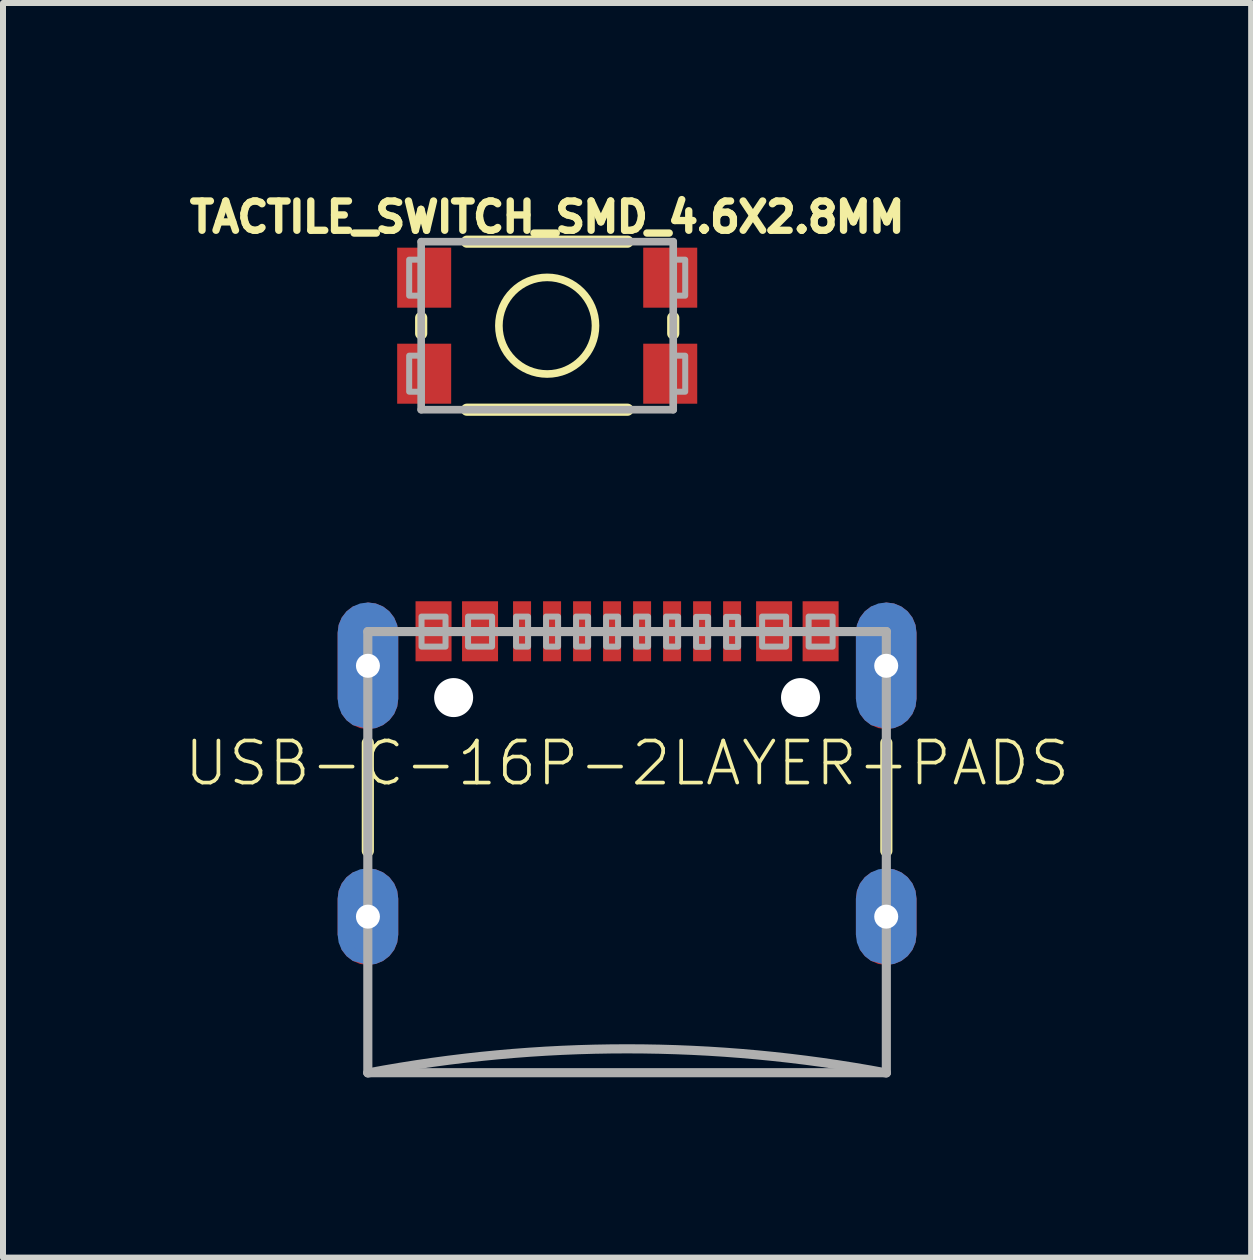
<source format=kicad_pcb>
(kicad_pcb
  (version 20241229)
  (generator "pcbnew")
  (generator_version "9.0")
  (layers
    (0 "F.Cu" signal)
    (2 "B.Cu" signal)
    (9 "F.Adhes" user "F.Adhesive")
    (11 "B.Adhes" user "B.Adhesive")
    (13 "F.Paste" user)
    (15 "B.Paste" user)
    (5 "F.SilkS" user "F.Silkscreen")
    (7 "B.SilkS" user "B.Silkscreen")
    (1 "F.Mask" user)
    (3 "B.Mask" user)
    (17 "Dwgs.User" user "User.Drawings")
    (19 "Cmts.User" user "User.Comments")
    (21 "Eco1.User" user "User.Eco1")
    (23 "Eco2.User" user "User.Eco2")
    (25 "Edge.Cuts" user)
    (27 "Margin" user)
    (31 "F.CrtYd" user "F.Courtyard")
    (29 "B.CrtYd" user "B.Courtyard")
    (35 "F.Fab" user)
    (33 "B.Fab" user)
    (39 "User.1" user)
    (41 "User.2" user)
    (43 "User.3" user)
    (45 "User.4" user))
  (footprint "USB-C-16P-2LAYER-PADS"
    (layer "F.Cu")
    (at 7.399 7.129)
    (property "Reference" "USB-C-16P-2LAYER-PADS" (at 0 2.54 0) (layer "F.SilkS") (effects (font (size 0.701 0.701) (thickness 0.061))))
    (fp_poly (pts (xy -4.187 -0.123) (xy -4.065 -0.072) (xy -3.961 0.008) (xy -3.881 0.112) (xy -3.83 0.234) (xy -3.813 0.365) (xy -3.813 1.465) (xy -3.83 1.596) (xy -3.881 1.718) (xy -3.961 1.822) (xy -4.065 1.902) (xy -4.187 1.953) (xy -4.318 1.97) (xy -4.449 1.953) (xy -4.571 1.902) (xy -4.675 1.822) (xy -4.756 1.717) (xy -4.823 1.466) (xy -4.823 0.365) (xy -4.806 0.234) (xy -4.755 0.112) (xy -4.675 0.008) (xy -4.57 -0.073) (xy -4.318 -0.14)) (stroke (width 0) (type solid)) (fill yes) (layer "F.Cu"))
    (fp_poly (pts (xy -4.187 4.307) (xy -4.065 4.358) (xy -3.961 4.438) (xy -3.881 4.542) (xy -3.83 4.664) (xy -3.813 4.795) (xy -3.813 5.395) (xy -3.83 5.526) (xy -3.881 5.648) (xy -3.961 5.752) (xy -4.065 5.832) (xy -4.187 5.883) (xy -4.318 5.9) (xy -4.449 5.883) (xy -4.571 5.832) (xy -4.675 5.752) (xy -4.756 5.647) (xy -4.823 5.396) (xy -4.823 4.795) (xy -4.806 4.664) (xy -4.755 4.542) (xy -4.675 4.438) (xy -4.57 4.357) (xy -4.318 4.29)) (stroke (width 0) (type solid)) (fill yes) (layer "F.Cu"))
    (fp_poly (pts (xy 4.449 -0.123) (xy 4.571 -0.072) (xy 4.675 0.008) (xy 4.755 0.112) (xy 4.806 0.234) (xy 4.823 0.365) (xy 4.823 1.465) (xy 4.806 1.596) (xy 4.755 1.718) (xy 4.675 1.822) (xy 4.571 1.902) (xy 4.449 1.953) (xy 4.318 1.97) (xy 4.187 1.953) (xy 4.065 1.902) (xy 3.961 1.822) (xy 3.88 1.717) (xy 3.813 1.466) (xy 3.813 0.365) (xy 3.83 0.234) (xy 3.881 0.112) (xy 3.961 0.008) (xy 4.066 -0.073) (xy 4.318 -0.14)) (stroke (width 0) (type solid)) (fill yes) (layer "F.Cu"))
    (fp_poly (pts (xy 4.449 4.307) (xy 4.571 4.358) (xy 4.675 4.438) (xy 4.755 4.542) (xy 4.806 4.664) (xy 4.823 4.795) (xy 4.823 5.395) (xy 4.806 5.526) (xy 4.755 5.648) (xy 4.675 5.752) (xy 4.571 5.832) (xy 4.449 5.883) (xy 4.318 5.9) (xy 4.187 5.883) (xy 4.065 5.832) (xy 3.961 5.752) (xy 3.88 5.647) (xy 3.813 5.396) (xy 3.813 4.795) (xy 3.83 4.664) (xy 3.881 4.542) (xy 3.961 4.438) (xy 4.066 4.357) (xy 4.318 4.29)) (stroke (width 0) (type solid)) (fill yes) (layer "F.Cu"))
    (fp_poly (pts (xy -4.169 -0.226) (xy -4.026 -0.173) (xy -3.902 -0.085) (xy -3.804 0.032) (xy -3.741 0.17) (xy -3.715 0.32) (xy -3.715 1.52) (xy -3.742 1.669) (xy -3.806 1.805) (xy -3.904 1.92) (xy -4.028 2.007) (xy -4.17 2.058) (xy -4.32 2.07) (xy -4.47 2.058) (xy -4.612 2.007) (xy -4.736 1.92) (xy -4.834 1.805) (xy -4.925 1.521) (xy -4.925 0.32) (xy -4.899 0.17) (xy -4.836 0.032) (xy -4.738 -0.085) (xy -4.614 -0.174) (xy -4.32 -0.24)) (stroke (width 0) (type solid)) (fill yes) (layer "F.Mask"))
    (fp_poly (pts (xy -4.163 4.211) (xy -4.017 4.273) (xy -3.891 4.37) (xy -3.795 4.496) (xy -3.735 4.643) (xy -3.715 4.8) (xy -3.715 5.4) (xy -3.736 5.556) (xy -3.797 5.701) (xy -3.893 5.825) (xy -4.018 5.921) (xy -4.164 5.98) (xy -4.32 6) (xy -4.476 5.98) (xy -4.622 5.921) (xy -4.747 5.825) (xy -4.843 5.701) (xy -4.925 5.401) (xy -4.925 4.8) (xy -4.905 4.643) (xy -4.845 4.496) (xy -4.749 4.37) (xy -4.623 4.272) (xy -4.32 4.19)) (stroke (width 0) (type solid)) (fill yes) (layer "F.Mask"))
    (fp_poly (pts (xy 4.471 -0.226) (xy 4.614 -0.173) (xy 4.738 -0.085) (xy 4.836 0.032) (xy 4.899 0.17) (xy 4.925 0.32) (xy 4.925 1.52) (xy 4.898 1.669) (xy 4.834 1.805) (xy 4.736 1.92) (xy 4.612 2.007) (xy 4.47 2.058) (xy 4.32 2.07) (xy 4.17 2.058) (xy 4.028 2.007) (xy 3.904 1.92) (xy 3.806 1.805) (xy 3.715 1.521) (xy 3.715 0.32) (xy 3.741 0.17) (xy 3.804 0.032) (xy 3.902 -0.085) (xy 4.026 -0.174) (xy 4.32 -0.24)) (stroke (width 0) (type solid)) (fill yes) (layer "F.Mask"))
    (fp_poly (pts (xy 4.477 4.211) (xy 4.623 4.273) (xy 4.749 4.37) (xy 4.845 4.496) (xy 4.905 4.643) (xy 4.925 4.8) (xy 4.925 5.4) (xy 4.904 5.556) (xy 4.843 5.701) (xy 4.747 5.825) (xy 4.622 5.921) (xy 4.476 5.98) (xy 4.32 6) (xy 4.164 5.98) (xy 4.018 5.921) (xy 3.893 5.825) (xy 3.797 5.701) (xy 3.715 5.401) (xy 3.715 4.8) (xy 3.735 4.643) (xy 3.795 4.496) (xy 3.891 4.37) (xy 4.017 4.272) (xy 4.32 4.19)) (stroke (width 0) (type solid)) (fill yes) (layer "F.Mask"))
    (fp_poly (pts (xy -4.187 -0.123) (xy -4.065 -0.072) (xy -3.961 0.008) (xy -3.881 0.112) (xy -3.83 0.234) (xy -3.813 0.365) (xy -3.813 1.465) (xy -3.83 1.596) (xy -3.881 1.718) (xy -3.961 1.822) (xy -4.065 1.902) (xy -4.187 1.953) (xy -4.318 1.97) (xy -4.57 1.903) (xy -4.675 1.822) (xy -4.755 1.718) (xy -4.806 1.596) (xy -4.823 1.465) (xy -4.823 0.365) (xy -4.806 0.234) (xy -4.755 0.112) (xy -4.675 0.008) (xy -4.571 -0.072) (xy -4.449 -0.123) (xy -4.318 -0.14)) (stroke (width 0) (type solid)) (fill yes) (layer "B.Cu"))
    (fp_poly (pts (xy -4.187 4.307) (xy -4.065 4.358) (xy -3.961 4.438) (xy -3.881 4.542) (xy -3.83 4.664) (xy -3.813 4.795) (xy -3.813 5.395) (xy -3.83 5.526) (xy -3.881 5.648) (xy -3.961 5.752) (xy -4.065 5.832) (xy -4.187 5.883) (xy -4.318 5.9) (xy -4.57 5.833) (xy -4.675 5.752) (xy -4.755 5.648) (xy -4.806 5.526) (xy -4.823 5.395) (xy -4.823 4.795) (xy -4.806 4.664) (xy -4.755 4.542) (xy -4.675 4.438) (xy -4.571 4.358) (xy -4.449 4.307) (xy -4.318 4.29)) (stroke (width 0) (type solid)) (fill yes) (layer "B.Cu"))
    (fp_poly (pts (xy 4.449 -0.123) (xy 4.571 -0.072) (xy 4.675 0.008) (xy 4.755 0.112) (xy 4.806 0.234) (xy 4.823 0.365) (xy 4.823 1.465) (xy 4.806 1.596) (xy 4.755 1.718) (xy 4.675 1.822) (xy 4.571 1.902) (xy 4.449 1.953) (xy 4.318 1.97) (xy 4.066 1.903) (xy 3.961 1.822) (xy 3.881 1.718) (xy 3.83 1.596) (xy 3.813 1.465) (xy 3.813 0.365) (xy 3.83 0.234) (xy 3.881 0.112) (xy 3.961 0.008) (xy 4.065 -0.072) (xy 4.187 -0.123) (xy 4.318 -0.14)) (stroke (width 0) (type solid)) (fill yes) (layer "B.Cu"))
    (fp_poly (pts (xy 4.449 4.307) (xy 4.571 4.358) (xy 4.675 4.438) (xy 4.755 4.542) (xy 4.806 4.664) (xy 4.823 4.795) (xy 4.823 5.395) (xy 4.806 5.526) (xy 4.755 5.648) (xy 4.675 5.752) (xy 4.571 5.832) (xy 4.449 5.883) (xy 4.318 5.9) (xy 4.066 5.833) (xy 3.961 5.752) (xy 3.881 5.648) (xy 3.83 5.526) (xy 3.813 5.395) (xy 3.813 4.795) (xy 3.83 4.664) (xy 3.881 4.542) (xy 3.961 4.438) (xy 4.065 4.358) (xy 4.187 4.307) (xy 4.318 4.29)) (stroke (width 0) (type solid)) (fill yes) (layer "B.Cu"))
    (fp_line (start -4.32 2.2) (end -4.32 4) (stroke (width 0.203) (type solid)) (layer "F.SilkS"))
    (fp_line (start 4.32 2.2) (end 4.32 4) (stroke (width 0.203) (type solid)) (layer "F.SilkS"))
    (fp_poly (pts (xy -4.219 -0.146) (xy -4.094 -0.103) (xy -3.984 -0.029) (xy -3.898 0.071) (xy -3.84 0.19) (xy -3.815 0.32) (xy -3.815 1.521) (xy -3.854 1.668) (xy -3.937 1.796) (xy -4.056 1.892) (xy -4.35 1.955) (xy -4.491 1.939) (xy -4.621 1.88) (xy -4.727 1.784) (xy -4.825 1.521) (xy -4.825 0.32) (xy -4.802 0.173) (xy -4.734 0.041) (xy -4.629 -0.065) (xy -4.351 -0.155)) (stroke (width 0) (type solid)) (fill yes) (layer "F.Paste"))
    (fp_poly (pts (xy -4.147 4.322) (xy -4.011 4.395) (xy -3.903 4.507) (xy -3.815 4.799) (xy -3.815 5.4) (xy -3.836 5.553) (xy -3.904 5.693) (xy -4.011 5.805) (xy -4.299 5.905) (xy -4.434 5.89) (xy -4.559 5.841) (xy -4.667 5.761) (xy -4.751 5.656) (xy -4.825 5.401) (xy -4.825 4.8) (xy -4.805 4.667) (xy -4.751 4.544) (xy -4.667 4.439) (xy -4.559 4.359) (xy -4.3 4.295)) (stroke (width 0) (type solid)) (fill yes) (layer "F.Paste"))
    (fp_poly (pts (xy 4.43 -0.145) (xy 4.553 -0.101) (xy 4.661 -0.026) (xy 4.745 0.073) (xy 4.801 0.191) (xy 4.825 0.32) (xy 4.825 1.521) (xy 4.787 1.667) (xy 4.707 1.794) (xy 4.59 1.89) (xy 4.3 1.955) (xy 4.164 1.949) (xy 4.035 1.902) (xy 3.927 1.816) (xy 3.815 1.571) (xy 3.815 0.37) (xy 3.827 0.239) (xy 3.873 0.115) (xy 3.949 0.007) (xy 4.05 -0.077) (xy 4.299 -0.155)) (stroke (width 0) (type solid)) (fill yes) (layer "F.Paste"))
    (fp_poly (pts (xy 4.434 4.31) (xy 4.559 4.359) (xy 4.667 4.439) (xy 4.751 4.544) (xy 4.805 4.667) (xy 4.825 4.8) (xy 4.825 5.4) (xy 4.806 5.552) (xy 4.74 5.691) (xy 4.635 5.803) (xy 4.351 5.905) (xy 4.221 5.899) (xy 4.097 5.859) (xy 3.989 5.789) (xy 3.901 5.692) (xy 3.815 5.451) (xy 3.815 4.85) (xy 3.824 4.715) (xy 3.867 4.586) (xy 3.942 4.472) (xy 4.045 4.382) (xy 4.299 4.295)) (stroke (width 0) (type solid)) (fill yes) (layer "F.Paste"))
    (fp_line (start -4.32 0.345) (end -4.32 1.965) (stroke (width 0.01) (type solid)) (layer "F.Fab"))
    (fp_line (start -4.32 0.345) (end 4.32 0.345) (stroke (width 0.152) (type solid)) (layer "F.Fab"))
    (fp_line (start -4.32 4.295) (end -4.32 5.895) (stroke (width 0.01) (type solid)) (layer "F.Fab"))
    (fp_line (start -4.32 7.695) (end -4.32 0.345) (stroke (width 0.152) (type solid)) (layer "F.Fab"))
    (fp_line (start -4.32 7.695) (end 4.32 7.695) (stroke (width 0.152) (type solid)) (layer "F.Fab"))
    (fp_line (start 4.32 0.345) (end 4.32 1.965) (stroke (width 0.01) (type solid)) (layer "F.Fab"))
    (fp_line (start 4.32 0.345) (end 4.32 7.695) (stroke (width 0.152) (type solid)) (layer "F.Fab"))
    (fp_line (start 4.32 4.295) (end 4.32 5.895) (stroke (width 0.01) (type solid)) (layer "F.Fab"))
    (fp_arc (start -4.32 7.7) (mid 0 7.297675) (end 4.32 7.7) (stroke (width 0.1524) (type solid)) (layer "F.Fab"))
    (fp_poly (pts (xy -3.425 0.595) (xy -3.025 0.595) (xy -3.025 0.095) (xy -3.425 0.095)) (stroke (width 0.1) (type solid)) (fill no) (layer "F.Fab"))
    (fp_poly (pts (xy -2.65 0.595) (xy -2.25 0.595) (xy -2.25 0.095) (xy -2.65 0.095)) (stroke (width 0.1) (type solid)) (fill no) (layer "F.Fab"))
    (fp_poly (pts (xy -1.85 0.595) (xy -1.65 0.595) (xy -1.65 0.095) (xy -1.85 0.095)) (stroke (width 0.1) (type solid)) (fill no) (layer "F.Fab"))
    (fp_poly (pts (xy -1.35 0.595) (xy -1.15 0.595) (xy -1.15 0.095) (xy -1.35 0.095)) (stroke (width 0.1) (type solid)) (fill no) (layer "F.Fab"))
    (fp_poly (pts (xy -0.85 0.595) (xy -0.65 0.595) (xy -0.65 0.095) (xy -0.85 0.095)) (stroke (width 0.1) (type solid)) (fill no) (layer "F.Fab"))
    (fp_poly (pts (xy -0.35 0.595) (xy -0.15 0.595) (xy -0.15 0.095) (xy -0.35 0.095)) (stroke (width 0.1) (type solid)) (fill no) (layer "F.Fab"))
    (fp_poly (pts (xy 0.15 0.595) (xy 0.35 0.595) (xy 0.35 0.095) (xy 0.15 0.095)) (stroke (width 0.1) (type solid)) (fill no) (layer "F.Fab"))
    (fp_poly (pts (xy 0.65 0.595) (xy 0.85 0.595) (xy 0.85 0.095) (xy 0.65 0.095)) (stroke (width 0.1) (type solid)) (fill no) (layer "F.Fab"))
    (fp_poly (pts (xy 1.15 0.6) (xy 1.35 0.6) (xy 1.35 0.1) (xy 1.15 0.1)) (stroke (width 0.1) (type solid)) (fill no) (layer "F.Fab"))
    (fp_poly (pts (xy 1.65 0.6) (xy 1.85 0.6) (xy 1.85 0.1) (xy 1.65 0.1)) (stroke (width 0.1) (type solid)) (fill no) (layer "F.Fab"))
    (fp_poly (pts (xy 2.25 0.595) (xy 2.65 0.595) (xy 2.65 0.095) (xy 2.25 0.095)) (stroke (width 0.1) (type solid)) (fill no) (layer "F.Fab"))
    (fp_poly (pts (xy 3.025 0.595) (xy 3.425 0.595) (xy 3.425 0.095) (xy 3.025 0.095)) (stroke (width 0.1) (type solid)) (fill no) (layer "F.Fab"))
    (pad "" np_thru_hole circle (at -2.89 1.445) (size 0.65 0.65) (drill 0.65) (layers "*.Cu" "*.Mask"))
    (pad "" np_thru_hole circle (at 2.89 1.445) (size 0.65 0.65) (drill 0.65) (layers "*.Cu" "*.Mask"))
    (pad "A5" smd rect (at -1.25 0.34 180) (size 0.3 1) (layers "F.Cu" "F.Mask" "F.Paste"))
    (pad "A6" smd rect (at -0.25 0.34 180) (size 0.3 1) (layers "F.Cu" "F.Mask" "F.Paste"))
    (pad "A7" smd rect (at 0.25 0.34) (size 0.3 1) (layers "F.Cu" "F.Mask" "F.Paste"))
    (pad "A8" smd rect (at 1.25 0.34) (size 0.3 1) (layers "F.Cu" "F.Mask" "F.Paste"))
    (pad "B5" smd rect (at 1.75 0.34) (size 0.3 1) (layers "F.Cu" "F.Mask" "F.Paste"))
    (pad "B6" smd rect (at 0.75 0.34) (size 0.3 1) (layers "F.Cu" "F.Mask" "F.Paste"))
    (pad "B7" smd rect (at -0.75 0.34 180) (size 0.3 1) (layers "F.Cu" "F.Mask" "F.Paste"))
    (pad "B8" smd rect (at -1.75 0.34 180) (size 0.3 1) (layers "F.Cu" "F.Mask" "F.Paste"))
    (pad "GND" smd rect (at -3.225 0.34 180) (size 0.6 1) (layers "F.Cu" "F.Mask" "F.Paste"))
    (pad "GND2" smd rect (at 3.225 0.34) (size 0.6 1) (layers "F.Cu" "F.Mask" "F.Paste"))
    (pad "SHLD1" thru_hole oval (at -4.318 0.915 90) (size 1.2 0.6) (drill 0.4) (layers "*.Cu"))
    (pad "SHLD2" thru_hole oval (at 4.318 0.915 90) (size 1.2 0.6) (drill 0.4) (layers "*.Cu"))
    (pad "SHLD3" thru_hole oval (at -4.318 5.095 90) (size 1.2 0.6) (drill 0.4) (layers "*.Cu"))
    (pad "SHLD4" thru_hole oval (at 4.318 5.095 90) (size 1.2 0.6) (drill 0.4) (layers "*.Cu"))
    (pad "VBUS1" smd rect (at -2.45 0.34 180) (size 0.6 1) (layers "F.Cu" "F.Mask" "F.Paste"))
    (pad "VBUS2" smd rect (at 2.45 0.34) (size 0.6 1) (layers "F.Cu" "F.Mask" "F.Paste")))
  (footprint "TACTILE_SWITCH_SMD_4.6X2.8MM"
    (layer "F.Cu")
    (at 6.068 2.377)
    (property "Reference" "TACTILE_SWITCH_SMD_4.6X2.8MM" (at 0 -1.524 0) (layer "F.SilkS") (effects (font (size 0.488 0.488) (thickness 0.122)) (justify bottom)))
    (fp_line (start -2.1 -0.13) (end -2.1 0.13) (stroke (width 0.203) (type solid)) (layer "F.SilkS"))
    (fp_line (start -1.338 -1.4) (end 1.338 -1.4) (stroke (width 0.203) (type solid)) (layer "F.SilkS"))
    (fp_line (start 1.338 1.4) (end -1.338 1.4) (stroke (width 0.203) (type solid)) (layer "F.SilkS"))
    (fp_line (start 2.1 0.13) (end 2.1 -0.13) (stroke (width 0.203) (type solid)) (layer "F.SilkS"))
    (fp_circle (center 0 0) (end 0.805 0) (stroke (width 0.127) (type solid)) (fill no) (layer "F.SilkS"))
    (fp_line (start -2.1 -1.4) (end -2.1 1.4) (stroke (width 0.127) (type solid)) (layer "F.Fab"))
    (fp_line (start -2.1 -1.4) (end 2.1 -1.4) (stroke (width 0.127) (type solid)) (layer "F.Fab"))
    (fp_line (start -2.1 1.4) (end 2.1 1.4) (stroke (width 0.127) (type solid)) (layer "F.Fab"))
    (fp_line (start 2.1 1.4) (end 2.1 -1.4) (stroke (width 0.127) (type solid)) (layer "F.Fab"))
    (fp_poly (pts (xy -2.3 -0.5) (xy -2.1 -0.5) (xy -2.1 -1.1) (xy -2.3 -1.1)) (stroke (width 0.1) (type solid)) (fill no) (layer "F.Fab"))
    (fp_poly (pts (xy -2.3 1.1) (xy -2.1 1.1) (xy -2.1 0.5) (xy -2.3 0.5)) (stroke (width 0.1) (type solid)) (fill no) (layer "F.Fab"))
    (fp_poly (pts (xy 2.3 -1.1) (xy 2.1 -1.1) (xy 2.1 -0.5) (xy 2.3 -0.5)) (stroke (width 0.1) (type solid)) (fill no) (layer "F.Fab"))
    (fp_poly (pts (xy 2.3 0.5) (xy 2.1 0.5) (xy 2.1 1.1) (xy 2.3 1.1)) (stroke (width 0.1) (type solid)) (fill no) (layer "F.Fab"))
    (pad "1" smd rect (at -2.05 0.8) (size 0.9 1) (layers "F.Cu" "F.Mask" "F.Paste"))
    (pad "2" smd rect (at 2.05 0.8) (size 0.9 1) (layers "F.Cu" "F.Mask" "F.Paste"))
    (pad "3" smd rect (at 2.05 -0.8) (size 0.9 1) (layers "F.Cu" "F.Mask" "F.Paste"))
    (pad "4" smd rect (at -2.05 -0.8) (size 0.9 1) (layers "F.Cu" "F.Mask" "F.Paste")))
  (gr_rect
    (start -3 -3)
    (end 17.798 17.905)
    (stroke (width 0.1) (type default))
    (fill no)
    (layer "Edge.Cuts")))
</source>
